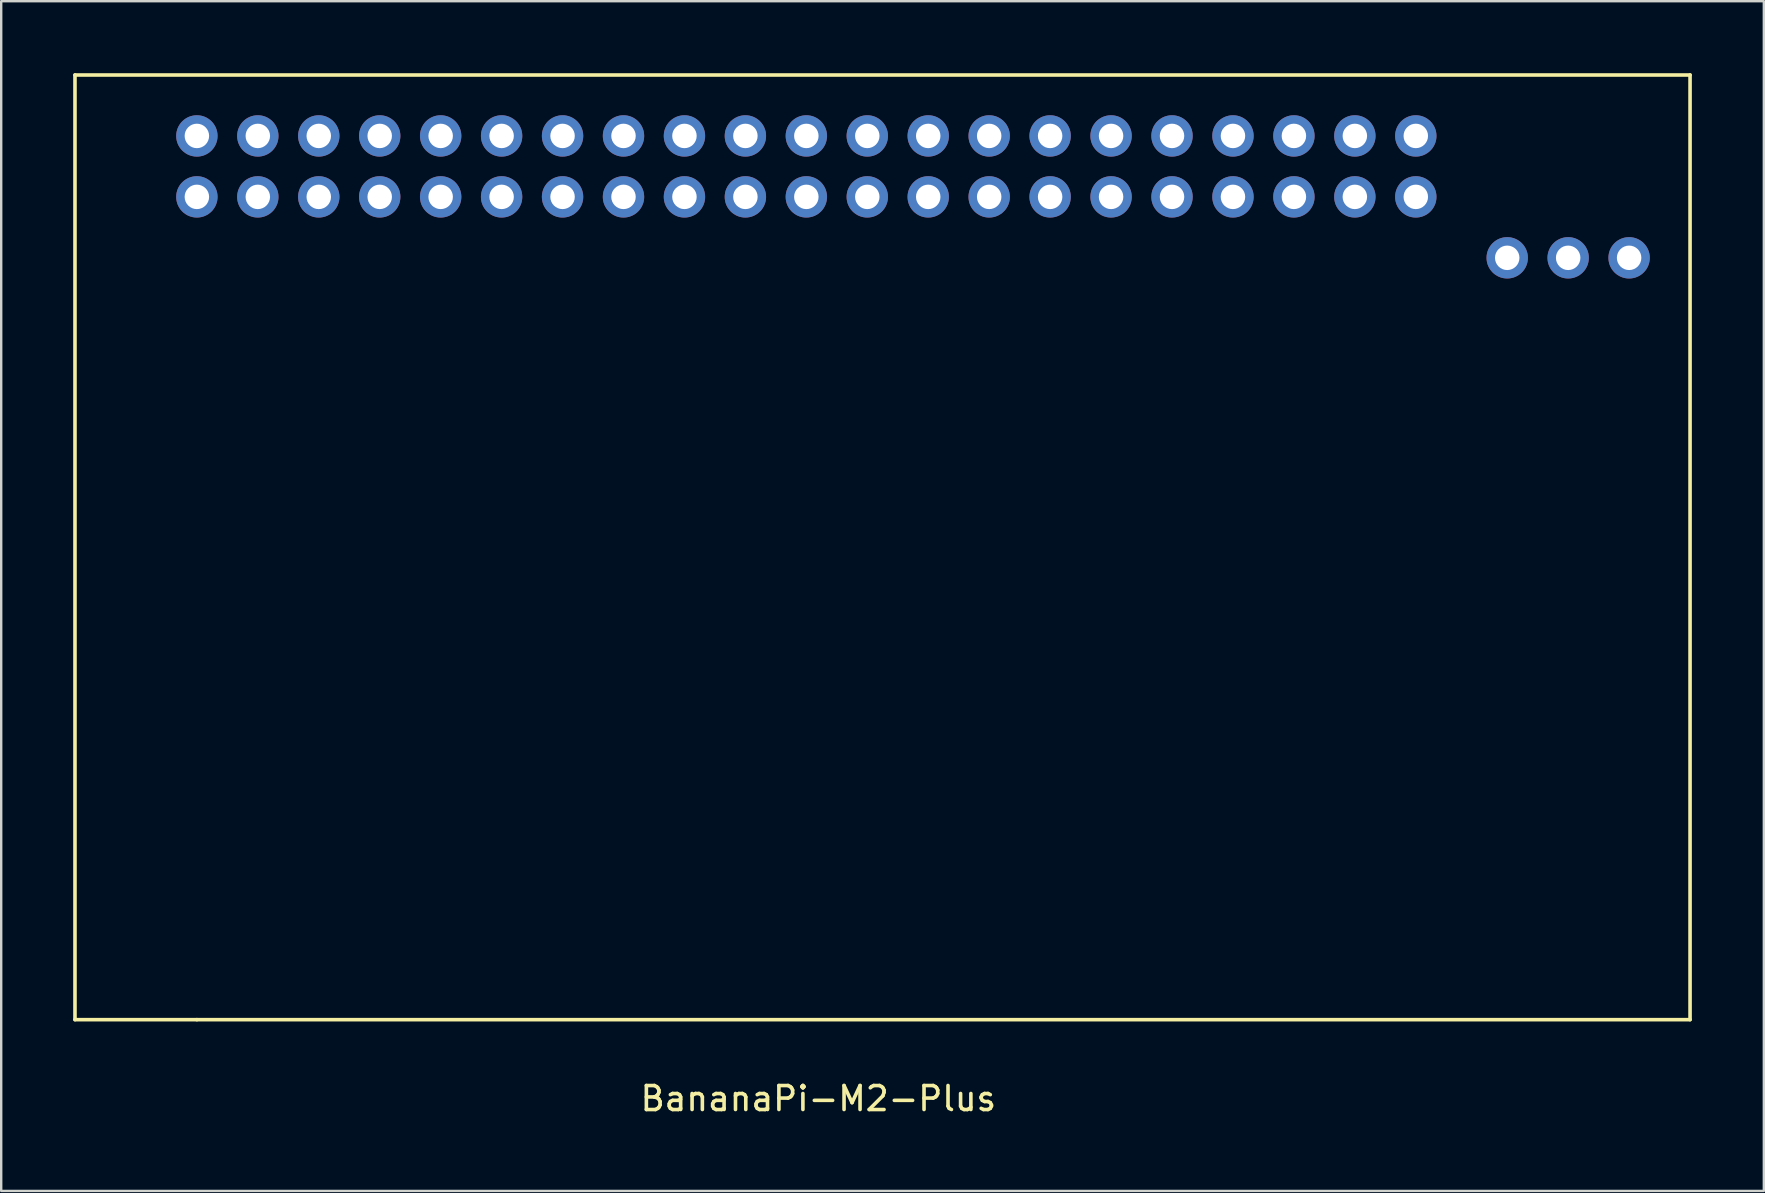
<source format=kicad_pcb>
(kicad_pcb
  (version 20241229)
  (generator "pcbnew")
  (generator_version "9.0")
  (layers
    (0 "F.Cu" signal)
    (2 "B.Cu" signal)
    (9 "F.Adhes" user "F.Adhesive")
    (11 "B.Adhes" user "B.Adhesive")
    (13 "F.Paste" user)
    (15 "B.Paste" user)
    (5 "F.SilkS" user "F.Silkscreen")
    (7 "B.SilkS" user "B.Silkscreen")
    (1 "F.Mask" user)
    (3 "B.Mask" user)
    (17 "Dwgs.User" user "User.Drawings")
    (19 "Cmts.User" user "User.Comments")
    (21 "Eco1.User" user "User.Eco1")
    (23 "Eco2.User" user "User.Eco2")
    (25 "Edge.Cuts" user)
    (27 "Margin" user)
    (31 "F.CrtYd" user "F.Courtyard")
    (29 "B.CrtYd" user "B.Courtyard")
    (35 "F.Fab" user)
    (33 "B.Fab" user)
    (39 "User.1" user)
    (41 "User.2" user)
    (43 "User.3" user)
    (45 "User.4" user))
  (footprint "BananaPi-M2-Plus"
    (layer "F.Cu")
    (at 30.555 10.235)
    (property "Reference" "BananaPi-M2-Plus" (at 0.5 32.5 0) (layer "F.SilkS") (effects (font (size 1 1) (thickness 0.15))))
    (attr through_hole)
    (fp_line (start -30.48 -10.16) (end -30.48 29.21) (stroke (width 0.15) (type solid)) (layer "F.SilkS"))
    (fp_line (start -30.48 -10.16) (end 36.83 -10.16) (stroke (width 0.15) (type solid)) (layer "F.SilkS"))
    (fp_line (start -30.48 29.21) (end -25.4 29.21) (stroke (width 0.15) (type solid)) (layer "F.SilkS"))
    (fp_line (start 36.83 -10.16) (end 36.83 29.21) (stroke (width 0.15) (type solid)) (layer "F.SilkS"))
    (fp_line (start 36.83 29.21) (end -25.4 29.21) (stroke (width 0.15) (type solid)) (layer "F.SilkS"))
    (pad "1" thru_hole circle (at -25.4 -5.08) (size 1.724 1.724) (drill 1.02) (layers "*.Cu" "*.Mask"))
    (pad "2" thru_hole circle (at -25.4 -7.62) (size 1.724 1.724) (drill 1.02) (layers "*.Cu" "*.Mask"))
    (pad "3" thru_hole circle (at -22.86 -5.08) (size 1.724 1.724) (drill 1.02) (layers "*.Cu" "*.Mask"))
    (pad "4" thru_hole circle (at -22.86 -7.62) (size 1.724 1.724) (drill 1.02) (layers "*.Cu" "*.Mask"))
    (pad "5" thru_hole circle (at -20.32 -5.08) (size 1.724 1.724) (drill 1.02) (layers "*.Cu" "*.Mask"))
    (pad "6" thru_hole circle (at -20.32 -7.62) (size 1.724 1.724) (drill 1.02) (layers "*.Cu" "*.Mask"))
    (pad "7" thru_hole circle (at -17.78 -5.08) (size 1.724 1.724) (drill 1.02) (layers "*.Cu" "*.Mask"))
    (pad "8" thru_hole circle (at -17.78 -7.62) (size 1.724 1.724) (drill 1.02) (layers "*.Cu" "*.Mask"))
    (pad "9" thru_hole circle (at -15.24 -5.08) (size 1.724 1.724) (drill 1.02) (layers "*.Cu" "*.Mask"))
    (pad "10" thru_hole circle (at -15.24 -7.62) (size 1.724 1.724) (drill 1.02) (layers "*.Cu" "*.Mask"))
    (pad "11" thru_hole circle (at -12.7 -5.08) (size 1.724 1.724) (drill 1.02) (layers "*.Cu" "*.Mask"))
    (pad "12" thru_hole circle (at -12.7 -7.62) (size 1.724 1.724) (drill 1.02) (layers "*.Cu" "*.Mask"))
    (pad "13" thru_hole circle (at -10.16 -5.08) (size 1.724 1.724) (drill 1.02) (layers "*.Cu" "*.Mask"))
    (pad "14" thru_hole circle (at -10.16 -7.62) (size 1.724 1.724) (drill 1.02) (layers "*.Cu" "*.Mask"))
    (pad "15" thru_hole circle (at -7.62 -5.08) (size 1.724 1.724) (drill 1.02) (layers "*.Cu" "*.Mask"))
    (pad "16" thru_hole circle (at -7.62 -7.62) (size 1.724 1.724) (drill 1.02) (layers "*.Cu" "*.Mask"))
    (pad "17" thru_hole circle (at -5.08 -5.08) (size 1.724 1.724) (drill 1.02) (layers "*.Cu" "*.Mask"))
    (pad "18" thru_hole circle (at -5.08 -7.62) (size 1.724 1.724) (drill 1.02) (layers "*.Cu" "*.Mask"))
    (pad "19" thru_hole circle (at -2.54 -5.08) (size 1.724 1.724) (drill 1.02) (layers "*.Cu" "*.Mask"))
    (pad "20" thru_hole circle (at -2.54 -7.62) (size 1.724 1.724) (drill 1.02) (layers "*.Cu" "*.Mask"))
    (pad "21" thru_hole circle (at 0 -5.08) (size 1.724 1.724) (drill 1.02) (layers "*.Cu" "*.Mask"))
    (pad "22" thru_hole circle (at 0 -7.62) (size 1.724 1.724) (drill 1.02) (layers "*.Cu" "*.Mask"))
    (pad "23" thru_hole circle (at 2.54 -5.08) (size 1.724 1.724) (drill 1.02) (layers "*.Cu" "*.Mask"))
    (pad "24" thru_hole circle (at 2.54 -7.62) (size 1.724 1.724) (drill 1.02) (layers "*.Cu" "*.Mask"))
    (pad "25" thru_hole circle (at 5.08 -5.08) (size 1.724 1.724) (drill 1.02) (layers "*.Cu" "*.Mask"))
    (pad "26" thru_hole circle (at 5.08 -7.62) (size 1.724 1.724) (drill 1.02) (layers "*.Cu" "*.Mask"))
    (pad "27" thru_hole circle (at 7.62 -5.08) (size 1.724 1.724) (drill 1.02) (layers "*.Cu" "*.Mask"))
    (pad "28" thru_hole circle (at 7.62 -7.62) (size 1.724 1.724) (drill 1.02) (layers "*.Cu" "*.Mask"))
    (pad "29" thru_hole circle (at 10.16 -5.08) (size 1.724 1.724) (drill 1.02) (layers "*.Cu" "*.Mask"))
    (pad "30" thru_hole circle (at 10.16 -7.62) (size 1.724 1.724) (drill 1.02) (layers "*.Cu" "*.Mask"))
    (pad "31" thru_hole circle (at 12.7 -5.08) (size 1.724 1.724) (drill 1.02) (layers "*.Cu" "*.Mask"))
    (pad "32" thru_hole circle (at 12.7 -7.62) (size 1.724 1.724) (drill 1.02) (layers "*.Cu" "*.Mask"))
    (pad "33" thru_hole circle (at 15.24 -5.08) (size 1.724 1.724) (drill 1.02) (layers "*.Cu" "*.Mask"))
    (pad "34" thru_hole circle (at 15.24 -7.62) (size 1.724 1.724) (drill 1.02) (layers "*.Cu" "*.Mask"))
    (pad "35" thru_hole circle (at 17.78 -5.08) (size 1.724 1.724) (drill 1.02) (layers "*.Cu" "*.Mask"))
    (pad "36" thru_hole circle (at 17.78 -7.62) (size 1.724 1.724) (drill 1.02) (layers "*.Cu" "*.Mask"))
    (pad "37" thru_hole circle (at 20.32 -5.08) (size 1.724 1.724) (drill 1.02) (layers "*.Cu" "*.Mask"))
    (pad "38" thru_hole circle (at 20.32 -7.62) (size 1.724 1.724) (drill 1.02) (layers "*.Cu" "*.Mask"))
    (pad "39" thru_hole circle (at 22.86 -5.08) (size 1.724 1.724) (drill 1.02) (layers "*.Cu" "*.Mask"))
    (pad "40" thru_hole circle (at 22.86 -7.62) (size 1.724 1.724) (drill 1.02) (layers "*.Cu" "*.Mask"))
    (pad "41" thru_hole circle (at 25.4 -5.08) (size 1.724 1.724) (drill 1.02) (layers "*.Cu" "*.Mask"))
    (pad "42" thru_hole circle (at 25.4 -7.62) (size 1.724 1.724) (drill 1.02) (layers "*.Cu" "*.Mask"))
    (pad "43" thru_hole circle (at 29.21 -2.54) (size 1.724 1.724) (drill 1.02) (layers "*.Cu" "*.Mask"))
    (pad "44" thru_hole circle (at 31.75 -2.54) (size 1.724 1.724) (drill 1.02) (layers "*.Cu" "*.Mask"))
    (pad "45" thru_hole circle (at 34.29 -2.54) (size 1.724 1.724) (drill 1.02) (layers "*.Cu" "*.Mask")))
  (gr_rect
    (start -3 -3)
    (end 70.46 46.583)
    (stroke (width 0.1) (type default))
    (fill no)
    (layer "Edge.Cuts")))
</source>
